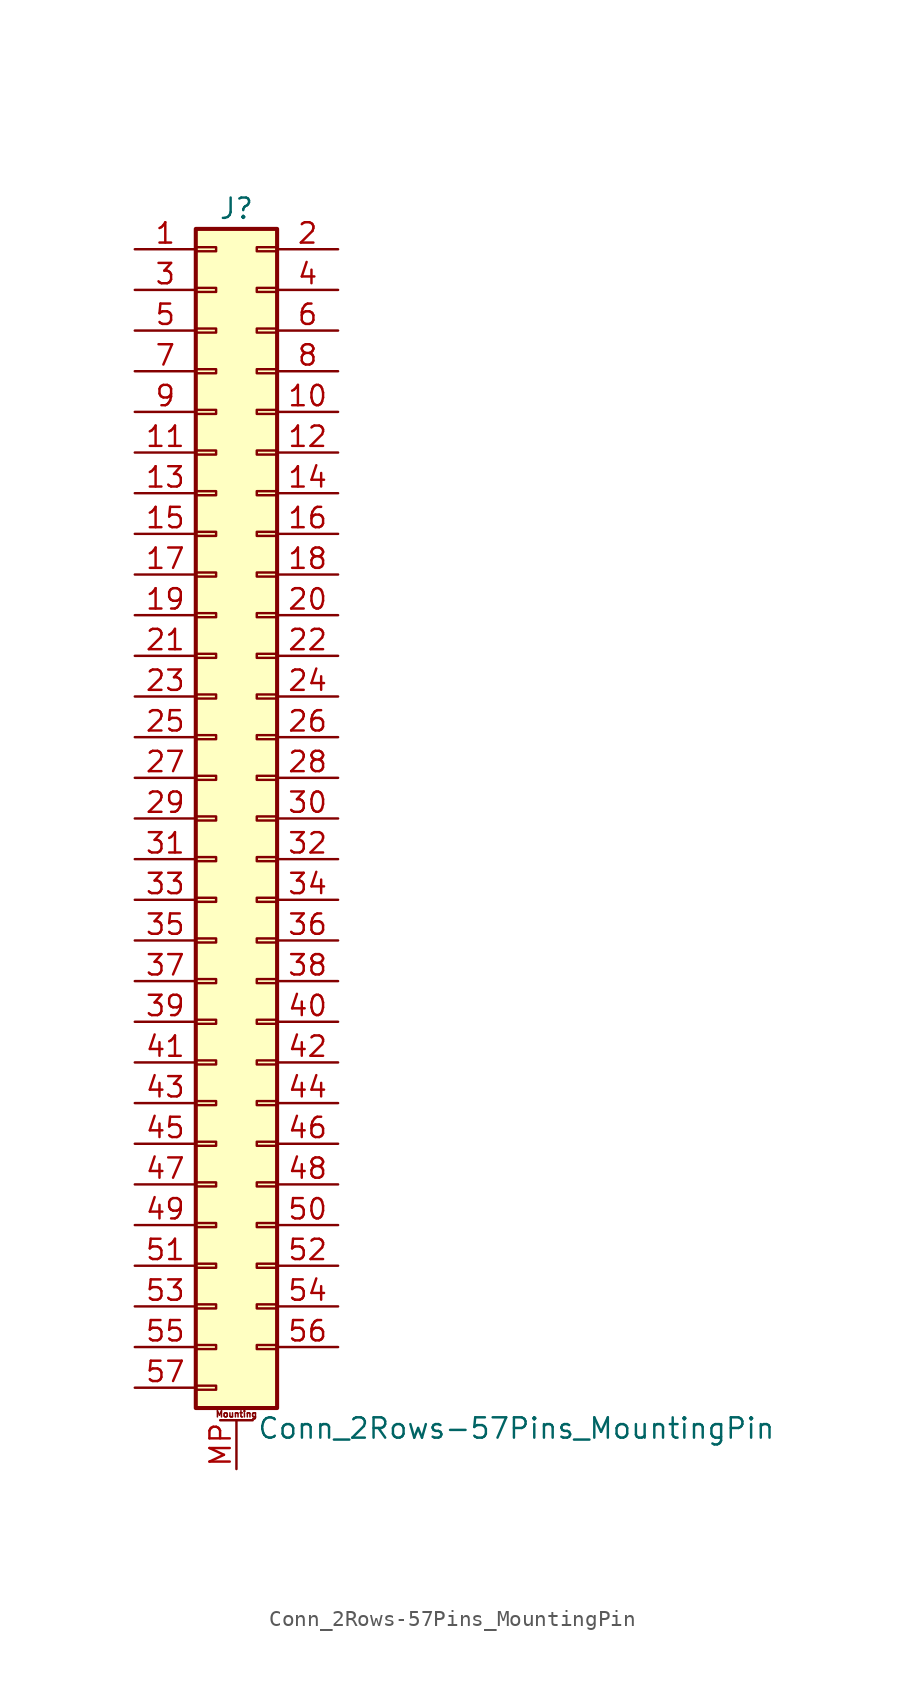
<source format=kicad_sym>
(kicad_symbol_lib
  (version 20211014)
  (generator kicad_symbol_editor)
  (symbol "Conn_2Rows-57Pins_MountingPin"
    (pin_names
      (offset 1.016) hide)
    (property "Reference" "J"
      (at 1.27 38.1 0)
      (effects (font (size 1.27 1.27))))
    (property "Value" "Conn_2Rows-57Pins_MountingPin"
      (at 2.54 -38.1 0)
      (effects (font (size 1.27 1.27)) (justify left)))
    (symbol "Conn_2Rows-57Pins_MountingPin_1_1"
      (rectangle (start -1.27 -35.433) (end 0 -35.687) (stroke (width 0.152) (type default) (color 0 0 0 0)) (fill (type none)))
      (rectangle (start -1.27 -32.893) (end 0 -33.147) (stroke (width 0.152) (type default) (color 0 0 0 0)) (fill (type none)))
      (rectangle (start -1.27 -30.353) (end 0 -30.607) (stroke (width 0.152) (type default) (color 0 0 0 0)) (fill (type none)))
      (rectangle (start -1.27 -27.813) (end 0 -28.067) (stroke (width 0.152) (type default) (color 0 0 0 0)) (fill (type none)))
      (rectangle (start -1.27 -25.273) (end 0 -25.527) (stroke (width 0.152) (type default) (color 0 0 0 0)) (fill (type none)))
      (rectangle (start -1.27 -22.733) (end 0 -22.987) (stroke (width 0.152) (type default) (color 0 0 0 0)) (fill (type none)))
      (rectangle (start -1.27 -20.193) (end 0 -20.447) (stroke (width 0.152) (type default) (color 0 0 0 0)) (fill (type none)))
      (rectangle (start -1.27 -17.653) (end 0 -17.907) (stroke (width 0.152) (type default) (color 0 0 0 0)) (fill (type none)))
      (rectangle (start -1.27 -15.113) (end 0 -15.367) (stroke (width 0.152) (type default) (color 0 0 0 0)) (fill (type none)))
      (rectangle (start -1.27 -12.573) (end 0 -12.827) (stroke (width 0.152) (type default) (color 0 0 0 0)) (fill (type none)))
      (rectangle (start -1.27 -10.033) (end 0 -10.287) (stroke (width 0.152) (type default) (color 0 0 0 0)) (fill (type none)))
      (rectangle (start -1.27 -7.493) (end 0 -7.747) (stroke (width 0.152) (type default) (color 0 0 0 0)) (fill (type none)))
      (rectangle (start -1.27 -4.953) (end 0 -5.207) (stroke (width 0.152) (type default) (color 0 0 0 0)) (fill (type none)))
      (rectangle (start -1.27 -2.413) (end 0 -2.667) (stroke (width 0.152) (type default) (color 0 0 0 0)) (fill (type none)))
      (rectangle (start -1.27 0.127) (end 0 -0.127) (stroke (width 0.152) (type default) (color 0 0 0 0)) (fill (type none)))
      (rectangle (start -1.27 2.667) (end 0 2.413) (stroke (width 0.152) (type default) (color 0 0 0 0)) (fill (type none)))
      (rectangle (start -1.27 5.207) (end 0 4.953) (stroke (width 0.152) (type default) (color 0 0 0 0)) (fill (type none)))
      (rectangle (start -1.27 7.747) (end 0 7.493) (stroke (width 0.152) (type default) (color 0 0 0 0)) (fill (type none)))
      (rectangle (start -1.27 10.287) (end 0 10.033) (stroke (width 0.152) (type default) (color 0 0 0 0)) (fill (type none)))
      (rectangle (start -1.27 12.827) (end 0 12.573) (stroke (width 0.152) (type default) (color 0 0 0 0)) (fill (type none)))
      (rectangle (start -1.27 15.367) (end 0 15.113) (stroke (width 0.152) (type default) (color 0 0 0 0)) (fill (type none)))
      (rectangle (start -1.27 17.907) (end 0 17.653) (stroke (width 0.152) (type default) (color 0 0 0 0)) (fill (type none)))
      (rectangle (start -1.27 20.447) (end 0 20.193) (stroke (width 0.152) (type default) (color 0 0 0 0)) (fill (type none)))
      (rectangle (start -1.27 22.987) (end 0 22.733) (stroke (width 0.152) (type default) (color 0 0 0 0)) (fill (type none)))
      (rectangle (start -1.27 25.527) (end 0 25.273) (stroke (width 0.152) (type default) (color 0 0 0 0)) (fill (type none)))
      (rectangle (start -1.27 28.067) (end 0 27.813) (stroke (width 0.152) (type default) (color 0 0 0 0)) (fill (type none)))
      (rectangle (start -1.27 30.607) (end 0 30.353) (stroke (width 0.152) (type default) (color 0 0 0 0)) (fill (type none)))
      (rectangle (start -1.27 33.147) (end 0 32.893) (stroke (width 0.152) (type default) (color 0 0 0 0)) (fill (type none)))
      (rectangle (start -1.27 35.687) (end 0 35.433) (stroke (width 0.152) (type default) (color 0 0 0 0)) (fill (type none)))
      (rectangle (start -1.27 36.83) (end 3.81 -36.83) (stroke (width 0.254) (type default) (color 0 0 0 0)) (fill (type background)))
      (polyline (pts (xy 0.254 -37.592) (xy 2.286 -37.592)) (stroke (width 0.152) (type default) (color 0 0 0 0)) (fill (type none)))
      (rectangle (start 3.81 -32.893) (end 2.54 -33.147) (stroke (width 0.152) (type default) (color 0 0 0 0)) (fill (type none)))
      (rectangle (start 3.81 -30.353) (end 2.54 -30.607) (stroke (width 0.152) (type default) (color 0 0 0 0)) (fill (type none)))
      (rectangle (start 3.81 -27.813) (end 2.54 -28.067) (stroke (width 0.152) (type default) (color 0 0 0 0)) (fill (type none)))
      (rectangle (start 3.81 -25.273) (end 2.54 -25.527) (stroke (width 0.152) (type default) (color 0 0 0 0)) (fill (type none)))
      (rectangle (start 3.81 -22.733) (end 2.54 -22.987) (stroke (width 0.152) (type default) (color 0 0 0 0)) (fill (type none)))
      (rectangle (start 3.81 -20.193) (end 2.54 -20.447) (stroke (width 0.152) (type default) (color 0 0 0 0)) (fill (type none)))
      (rectangle (start 3.81 -17.653) (end 2.54 -17.907) (stroke (width 0.152) (type default) (color 0 0 0 0)) (fill (type none)))
      (rectangle (start 3.81 -15.113) (end 2.54 -15.367) (stroke (width 0.152) (type default) (color 0 0 0 0)) (fill (type none)))
      (rectangle (start 3.81 -12.573) (end 2.54 -12.827) (stroke (width 0.152) (type default) (color 0 0 0 0)) (fill (type none)))
      (rectangle (start 3.81 -10.033) (end 2.54 -10.287) (stroke (width 0.152) (type default) (color 0 0 0 0)) (fill (type none)))
      (rectangle (start 3.81 -7.493) (end 2.54 -7.747) (stroke (width 0.152) (type default) (color 0 0 0 0)) (fill (type none)))
      (rectangle (start 3.81 -4.953) (end 2.54 -5.207) (stroke (width 0.152) (type default) (color 0 0 0 0)) (fill (type none)))
      (rectangle (start 3.81 -2.413) (end 2.54 -2.667) (stroke (width 0.152) (type default) (color 0 0 0 0)) (fill (type none)))
      (rectangle (start 3.81 0.127) (end 2.54 -0.127) (stroke (width 0.152) (type default) (color 0 0 0 0)) (fill (type none)))
      (rectangle (start 3.81 2.667) (end 2.54 2.413) (stroke (width 0.152) (type default) (color 0 0 0 0)) (fill (type none)))
      (rectangle (start 3.81 5.207) (end 2.54 4.953) (stroke (width 0.152) (type default) (color 0 0 0 0)) (fill (type none)))
      (rectangle (start 3.81 7.747) (end 2.54 7.493) (stroke (width 0.152) (type default) (color 0 0 0 0)) (fill (type none)))
      (rectangle (start 3.81 10.287) (end 2.54 10.033) (stroke (width 0.152) (type default) (color 0 0 0 0)) (fill (type none)))
      (rectangle (start 3.81 12.827) (end 2.54 12.573) (stroke (width 0.152) (type default) (color 0 0 0 0)) (fill (type none)))
      (rectangle (start 3.81 15.367) (end 2.54 15.113) (stroke (width 0.152) (type default) (color 0 0 0 0)) (fill (type none)))
      (rectangle (start 3.81 17.907) (end 2.54 17.653) (stroke (width 0.152) (type default) (color 0 0 0 0)) (fill (type none)))
      (rectangle (start 3.81 20.447) (end 2.54 20.193) (stroke (width 0.152) (type default) (color 0 0 0 0)) (fill (type none)))
      (rectangle (start 3.81 22.987) (end 2.54 22.733) (stroke (width 0.152) (type default) (color 0 0 0 0)) (fill (type none)))
      (rectangle (start 3.81 25.527) (end 2.54 25.273) (stroke (width 0.152) (type default) (color 0 0 0 0)) (fill (type none)))
      (rectangle (start 3.81 28.067) (end 2.54 27.813) (stroke (width 0.152) (type default) (color 0 0 0 0)) (fill (type none)))
      (rectangle (start 3.81 30.607) (end 2.54 30.353) (stroke (width 0.152) (type default) (color 0 0 0 0)) (fill (type none)))
      (rectangle (start 3.81 33.147) (end 2.54 32.893) (stroke (width 0.152) (type default) (color 0 0 0 0)) (fill (type none)))
      (rectangle (start 3.81 35.687) (end 2.54 35.433) (stroke (width 0.152) (type default) (color 0 0 0 0)) (fill (type none)))
      (text "Mounting" (at 1.27 -37.211 0) (effects (font (size 0.381 0.381))))
      (pin passive line (at -5.08 35.56 0) (length 3.81) (name "Pin_1" (effects (font (size 1.27 1.27)))) (number "1" (effects (font (size 1.27 1.27)))))
      (pin passive line (at 7.62 25.4 180) (length 3.81) (name "Pin_10" (effects (font (size 1.27 1.27)))) (number "10" (effects (font (size 1.27 1.27)))))
      (pin passive line (at -5.08 22.86 0) (length 3.81) (name "Pin_11" (effects (font (size 1.27 1.27)))) (number "11" (effects (font (size 1.27 1.27)))))
      (pin passive line (at 7.62 22.86 180) (length 3.81) (name "Pin_12" (effects (font (size 1.27 1.27)))) (number "12" (effects (font (size 1.27 1.27)))))
      (pin passive line (at -5.08 20.32 0) (length 3.81) (name "Pin_13" (effects (font (size 1.27 1.27)))) (number "13" (effects (font (size 1.27 1.27)))))
      (pin passive line (at 7.62 20.32 180) (length 3.81) (name "Pin_14" (effects (font (size 1.27 1.27)))) (number "14" (effects (font (size 1.27 1.27)))))
      (pin passive line (at -5.08 17.78 0) (length 3.81) (name "Pin_15" (effects (font (size 1.27 1.27)))) (number "15" (effects (font (size 1.27 1.27)))))
      (pin passive line (at 7.62 17.78 180) (length 3.81) (name "Pin_16" (effects (font (size 1.27 1.27)))) (number "16" (effects (font (size 1.27 1.27)))))
      (pin passive line (at -5.08 15.24 0) (length 3.81) (name "Pin_17" (effects (font (size 1.27 1.27)))) (number "17" (effects (font (size 1.27 1.27)))))
      (pin passive line (at 7.62 15.24 180) (length 3.81) (name "Pin_18" (effects (font (size 1.27 1.27)))) (number "18" (effects (font (size 1.27 1.27)))))
      (pin passive line (at -5.08 12.7 0) (length 3.81) (name "Pin_19" (effects (font (size 1.27 1.27)))) (number "19" (effects (font (size 1.27 1.27)))))
      (pin passive line (at 7.62 35.56 180) (length 3.81) (name "Pin_2" (effects (font (size 1.27 1.27)))) (number "2" (effects (font (size 1.27 1.27)))))
      (pin passive line (at 7.62 12.7 180) (length 3.81) (name "Pin_20" (effects (font (size 1.27 1.27)))) (number "20" (effects (font (size 1.27 1.27)))))
      (pin passive line (at -5.08 10.16 0) (length 3.81) (name "Pin_21" (effects (font (size 1.27 1.27)))) (number "21" (effects (font (size 1.27 1.27)))))
      (pin passive line (at 7.62 10.16 180) (length 3.81) (name "Pin_22" (effects (font (size 1.27 1.27)))) (number "22" (effects (font (size 1.27 1.27)))))
      (pin passive line (at -5.08 7.62 0) (length 3.81) (name "Pin_23" (effects (font (size 1.27 1.27)))) (number "23" (effects (font (size 1.27 1.27)))))
      (pin passive line (at 7.62 7.62 180) (length 3.81) (name "Pin_24" (effects (font (size 1.27 1.27)))) (number "24" (effects (font (size 1.27 1.27)))))
      (pin passive line (at -5.08 5.08 0) (length 3.81) (name "Pin_25" (effects (font (size 1.27 1.27)))) (number "25" (effects (font (size 1.27 1.27)))))
      (pin passive line (at 7.62 5.08 180) (length 3.81) (name "Pin_26" (effects (font (size 1.27 1.27)))) (number "26" (effects (font (size 1.27 1.27)))))
      (pin passive line (at -5.08 2.54 0) (length 3.81) (name "Pin_27" (effects (font (size 1.27 1.27)))) (number "27" (effects (font (size 1.27 1.27)))))
      (pin passive line (at 7.62 2.54 180) (length 3.81) (name "Pin_28" (effects (font (size 1.27 1.27)))) (number "28" (effects (font (size 1.27 1.27)))))
      (pin passive line (at -5.08 0 0) (length 3.81) (name "Pin_29" (effects (font (size 1.27 1.27)))) (number "29" (effects (font (size 1.27 1.27)))))
      (pin passive line (at -5.08 33.02 0) (length 3.81) (name "Pin_3" (effects (font (size 1.27 1.27)))) (number "3" (effects (font (size 1.27 1.27)))))
      (pin passive line (at 7.62 0 180) (length 3.81) (name "Pin_30" (effects (font (size 1.27 1.27)))) (number "30" (effects (font (size 1.27 1.27)))))
      (pin passive line (at -5.08 -2.54 0) (length 3.81) (name "Pin_31" (effects (font (size 1.27 1.27)))) (number "31" (effects (font (size 1.27 1.27)))))
      (pin passive line (at 7.62 -2.54 180) (length 3.81) (name "Pin_32" (effects (font (size 1.27 1.27)))) (number "32" (effects (font (size 1.27 1.27)))))
      (pin passive line (at -5.08 -5.08 0) (length 3.81) (name "Pin_33" (effects (font (size 1.27 1.27)))) (number "33" (effects (font (size 1.27 1.27)))))
      (pin passive line (at 7.62 -5.08 180) (length 3.81) (name "Pin_34" (effects (font (size 1.27 1.27)))) (number "34" (effects (font (size 1.27 1.27)))))
      (pin passive line (at -5.08 -7.62 0) (length 3.81) (name "Pin_35" (effects (font (size 1.27 1.27)))) (number "35" (effects (font (size 1.27 1.27)))))
      (pin passive line (at 7.62 -7.62 180) (length 3.81) (name "Pin_36" (effects (font (size 1.27 1.27)))) (number "36" (effects (font (size 1.27 1.27)))))
      (pin passive line (at -5.08 -10.16 0) (length 3.81) (name "Pin_37" (effects (font (size 1.27 1.27)))) (number "37" (effects (font (size 1.27 1.27)))))
      (pin passive line (at 7.62 -10.16 180) (length 3.81) (name "Pin_38" (effects (font (size 1.27 1.27)))) (number "38" (effects (font (size 1.27 1.27)))))
      (pin passive line (at -5.08 -12.7 0) (length 3.81) (name "Pin_39" (effects (font (size 1.27 1.27)))) (number "39" (effects (font (size 1.27 1.27)))))
      (pin passive line (at 7.62 33.02 180) (length 3.81) (name "Pin_4" (effects (font (size 1.27 1.27)))) (number "4" (effects (font (size 1.27 1.27)))))
      (pin passive line (at 7.62 -12.7 180) (length 3.81) (name "Pin_40" (effects (font (size 1.27 1.27)))) (number "40" (effects (font (size 1.27 1.27)))))
      (pin passive line (at -5.08 -15.24 0) (length 3.81) (name "Pin_41" (effects (font (size 1.27 1.27)))) (number "41" (effects (font (size 1.27 1.27)))))
      (pin passive line (at 7.62 -15.24 180) (length 3.81) (name "Pin_42" (effects (font (size 1.27 1.27)))) (number "42" (effects (font (size 1.27 1.27)))))
      (pin passive line (at -5.08 -17.78 0) (length 3.81) (name "Pin_43" (effects (font (size 1.27 1.27)))) (number "43" (effects (font (size 1.27 1.27)))))
      (pin passive line (at 7.62 -17.78 180) (length 3.81) (name "Pin_44" (effects (font (size 1.27 1.27)))) (number "44" (effects (font (size 1.27 1.27)))))
      (pin passive line (at -5.08 -20.32 0) (length 3.81) (name "Pin_45" (effects (font (size 1.27 1.27)))) (number "45" (effects (font (size 1.27 1.27)))))
      (pin passive line (at 7.62 -20.32 180) (length 3.81) (name "Pin_46" (effects (font (size 1.27 1.27)))) (number "46" (effects (font (size 1.27 1.27)))))
      (pin passive line (at -5.08 -22.86 0) (length 3.81) (name "Pin_47" (effects (font (size 1.27 1.27)))) (number "47" (effects (font (size 1.27 1.27)))))
      (pin passive line (at 7.62 -22.86 180) (length 3.81) (name "Pin_48" (effects (font (size 1.27 1.27)))) (number "48" (effects (font (size 1.27 1.27)))))
      (pin passive line (at -5.08 -25.4 0) (length 3.81) (name "Pin_49" (effects (font (size 1.27 1.27)))) (number "49" (effects (font (size 1.27 1.27)))))
      (pin passive line (at -5.08 30.48 0) (length 3.81) (name "Pin_5" (effects (font (size 1.27 1.27)))) (number "5" (effects (font (size 1.27 1.27)))))
      (pin passive line (at 7.62 -25.4 180) (length 3.81) (name "Pin_50" (effects (font (size 1.27 1.27)))) (number "50" (effects (font (size 1.27 1.27)))))
      (pin passive line (at -5.08 -27.94 0) (length 3.81) (name "Pin_51" (effects (font (size 1.27 1.27)))) (number "51" (effects (font (size 1.27 1.27)))))
      (pin passive line (at 7.62 -27.94 180) (length 3.81) (name "Pin_52" (effects (font (size 1.27 1.27)))) (number "52" (effects (font (size 1.27 1.27)))))
      (pin passive line (at -5.08 -30.48 0) (length 3.81) (name "Pin_53" (effects (font (size 1.27 1.27)))) (number "53" (effects (font (size 1.27 1.27)))))
      (pin passive line (at 7.62 -30.48 180) (length 3.81) (name "Pin_54" (effects (font (size 1.27 1.27)))) (number "54" (effects (font (size 1.27 1.27)))))
      (pin passive line (at -5.08 -33.02 0) (length 3.81) (name "Pin_55" (effects (font (size 1.27 1.27)))) (number "55" (effects (font (size 1.27 1.27)))))
      (pin passive line (at 7.62 -33.02 180) (length 3.81) (name "Pin_56" (effects (font (size 1.27 1.27)))) (number "56" (effects (font (size 1.27 1.27)))))
      (pin passive line (at -5.08 -35.56 0) (length 3.81) (name "Pin_57" (effects (font (size 1.27 1.27)))) (number "57" (effects (font (size 1.27 1.27)))))
      (pin passive line (at 7.62 30.48 180) (length 3.81) (name "Pin_6" (effects (font (size 1.27 1.27)))) (number "6" (effects (font (size 1.27 1.27)))))
      (pin passive line (at -5.08 27.94 0) (length 3.81) (name "Pin_7" (effects (font (size 1.27 1.27)))) (number "7" (effects (font (size 1.27 1.27)))))
      (pin passive line (at 7.62 27.94 180) (length 3.81) (name "Pin_8" (effects (font (size 1.27 1.27)))) (number "8" (effects (font (size 1.27 1.27)))))
      (pin passive line (at -5.08 25.4 0) (length 3.81) (name "Pin_9" (effects (font (size 1.27 1.27)))) (number "9" (effects (font (size 1.27 1.27)))))
      (pin passive line (at 1.27 -40.64 90) (length 3.048) (name "MountPin" (effects (font (size 1.27 1.27)))) (number "MP" (effects (font (size 1.27 1.27))))))))
</source>
